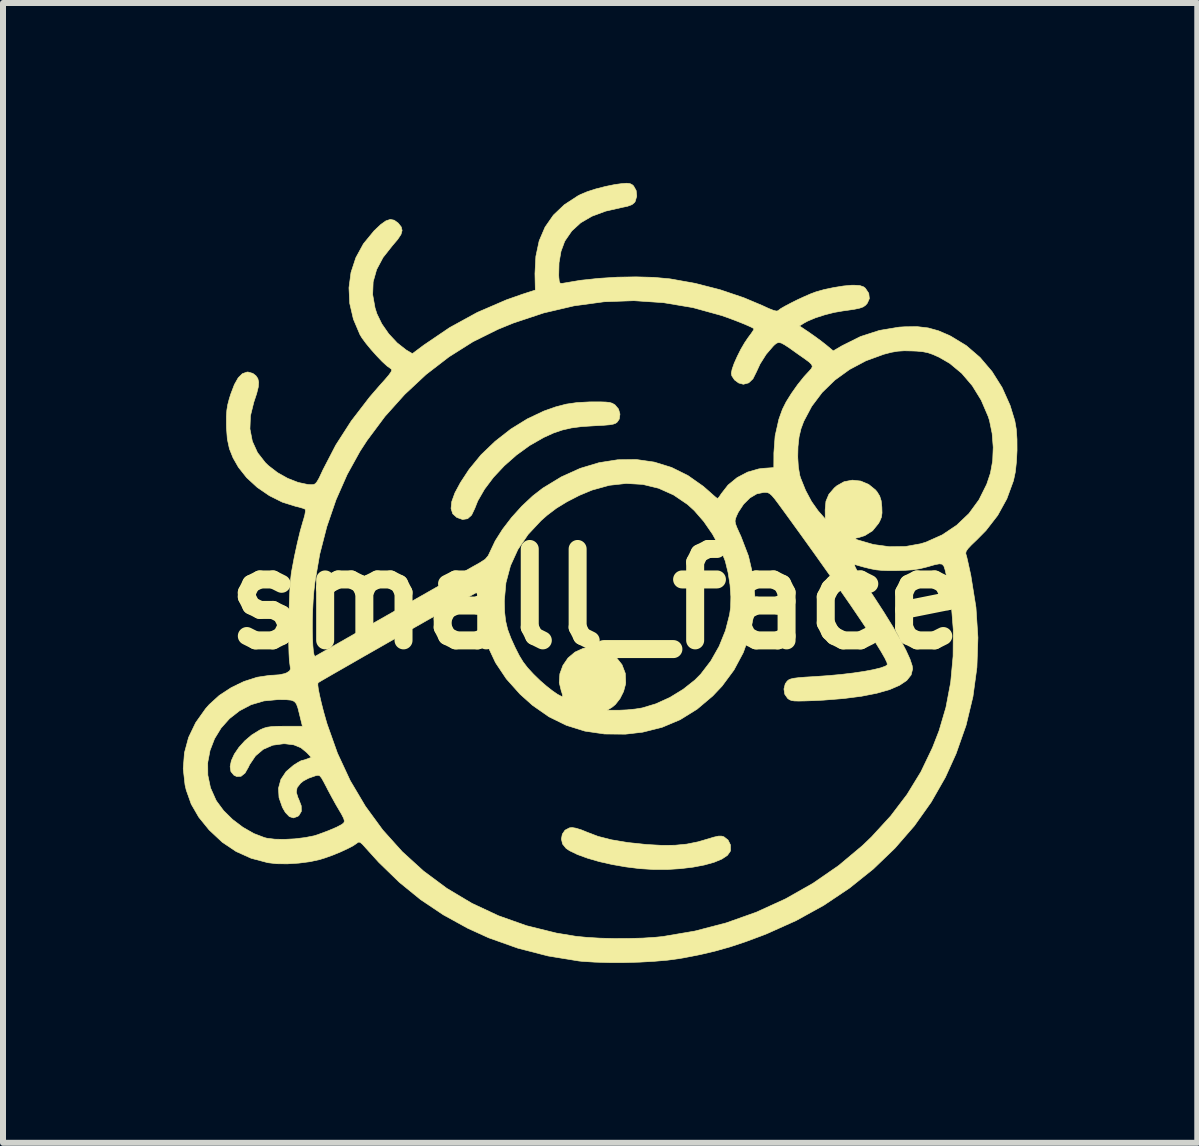
<source format=kicad_pcb>
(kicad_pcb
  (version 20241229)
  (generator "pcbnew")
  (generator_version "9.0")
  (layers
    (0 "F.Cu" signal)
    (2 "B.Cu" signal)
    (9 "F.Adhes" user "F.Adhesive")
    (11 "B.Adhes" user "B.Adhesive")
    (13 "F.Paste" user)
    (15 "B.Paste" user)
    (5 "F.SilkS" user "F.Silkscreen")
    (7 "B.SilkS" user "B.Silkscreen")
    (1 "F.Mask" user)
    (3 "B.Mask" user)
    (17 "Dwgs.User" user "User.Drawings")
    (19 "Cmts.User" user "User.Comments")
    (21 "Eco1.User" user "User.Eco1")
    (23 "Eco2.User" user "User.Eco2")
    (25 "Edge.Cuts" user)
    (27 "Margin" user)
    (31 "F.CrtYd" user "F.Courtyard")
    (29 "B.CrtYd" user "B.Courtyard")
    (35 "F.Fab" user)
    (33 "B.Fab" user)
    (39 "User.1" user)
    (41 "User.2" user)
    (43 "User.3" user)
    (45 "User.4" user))
  (footprint "small_face"
    (layer "F.Cu")
    (at 6.907 6.937)
    (property "Reference" "small_face" (at 0 0 0) (layer "F.SilkS") (effects (font (size 1.524 1.524) (thickness 0.3))))
    (attr through_hole)
    (fp_poly (pts (xy -0.353 3.821) (xy -0.263 3.849) (xy -0.173 3.886) (xy 0.013 3.957) (xy 0.241 4.015) (xy 0.512 4.06) (xy 0.826 4.093) (xy 1.079 4.107) (xy 1.297 4.105) (xy 1.493 4.086) (xy 1.681 4.048) (xy 1.841 4.001) (xy 1.948 3.969) (xy 2.021 3.953) (xy 2.073 3.953) (xy 2.112 3.964) (xy 2.181 4.018) (xy 2.221 4.099) (xy 2.222 4.191) (xy 2.217 4.208) (xy 2.17 4.274) (xy 2.078 4.335) (xy 1.948 4.389) (xy 1.786 4.434) (xy 1.598 4.47) (xy 1.39 4.495) (xy 1.169 4.509) (xy 0.941 4.509) (xy 0.712 4.495) (xy 0.711 4.495) (xy 0.478 4.466) (xy 0.249 4.426) (xy 0.032 4.377) (xy -0.164 4.32) (xy -0.331 4.259) (xy -0.461 4.196) (xy -0.519 4.157) (xy -0.578 4.084) (xy -0.597 4.001) (xy -0.582 3.92) (xy -0.537 3.854) (xy -0.463 3.815) (xy -0.418 3.81) (xy -0.353 3.821)) (stroke (width 0.01) (type solid)) (fill yes) (layer "F.SilkS"))
    (fp_poly (pts (xy 0.142 -3.284) (xy 0.206 -3.277) (xy 0.25 -3.264) (xy 0.286 -3.243) (xy 0.297 -3.236) (xy 0.355 -3.167) (xy 0.379 -3.083) (xy 0.367 -3) (xy 0.335 -2.952) (xy 0.308 -2.931) (xy 0.268 -2.916) (xy 0.206 -2.905) (xy 0.113 -2.897) (xy -0.02 -2.89) (xy -0.053 -2.888) (xy -0.261 -2.875) (xy -0.434 -2.852) (xy -0.585 -2.817) (xy -0.731 -2.767) (xy -0.885 -2.697) (xy -0.899 -2.69) (xy -1.128 -2.559) (xy -1.347 -2.4) (xy -1.55 -2.221) (xy -1.73 -2.029) (xy -1.879 -1.831) (xy -1.992 -1.635) (xy -2.042 -1.509) (xy -2.094 -1.4) (xy -2.161 -1.339) (xy -2.245 -1.326) (xy -2.341 -1.36) (xy -2.409 -1.421) (xy -2.437 -1.509) (xy -2.425 -1.625) (xy -2.373 -1.769) (xy -2.28 -1.942) (xy -2.147 -2.145) (xy -2.133 -2.165) (xy -1.937 -2.404) (xy -1.702 -2.629) (xy -1.441 -2.833) (xy -1.164 -3.004) (xy -0.889 -3.134) (xy -0.694 -3.203) (xy -0.518 -3.249) (xy -0.339 -3.275) (xy -0.136 -3.286) (xy -0.084 -3.287) (xy 0.049 -3.287) (xy 0.142 -3.284)) (stroke (width 0.01) (type solid)) (fill yes) (layer "F.SilkS"))
    (fp_poly (pts (xy 0.546 -6.926) (xy 0.585 -6.906) (xy 0.606 -6.887) (xy 0.649 -6.811) (xy 0.659 -6.718) (xy 0.633 -6.629) (xy 0.623 -6.612) (xy 0.58 -6.576) (xy 0.505 -6.548) (xy 0.413 -6.529) (xy 0.141 -6.467) (xy -0.088 -6.382) (xy -0.275 -6.273) (xy -0.424 -6.137) (xy -0.536 -5.974) (xy -0.545 -5.957) (xy -0.604 -5.797) (xy -0.637 -5.606) (xy -0.642 -5.399) (xy -0.64 -5.363) (xy -0.633 -5.295) (xy -0.618 -5.265) (xy -0.585 -5.262) (xy -0.551 -5.268) (xy -0.277 -5.314) (xy 0.024 -5.346) (xy 0.337 -5.366) (xy 0.648 -5.371) (xy 0.942 -5.363) (xy 1.203 -5.339) (xy 1.219 -5.337) (xy 1.633 -5.263) (xy 2.047 -5.157) (xy 2.444 -5.023) (xy 2.748 -4.895) (xy 2.861 -4.843) (xy 2.938 -4.813) (xy 2.986 -4.801) (xy 3.014 -4.806) (xy 3.023 -4.814) (xy 3.06 -4.842) (xy 3.133 -4.884) (xy 3.23 -4.935) (xy 3.34 -4.99) (xy 3.453 -5.042) (xy 3.556 -5.087) (xy 3.639 -5.118) (xy 3.64 -5.119) (xy 3.781 -5.159) (xy 3.943 -5.193) (xy 4.104 -5.219) (xy 4.245 -5.232) (xy 4.282 -5.232) (xy 4.379 -5.226) (xy 4.442 -5.204) (xy 4.47 -5.182) (xy 4.527 -5.097) (xy 4.537 -5.009) (xy 4.503 -4.932) (xy 4.472 -4.897) (xy 4.433 -4.87) (xy 4.377 -4.85) (xy 4.293 -4.832) (xy 4.174 -4.814) (xy 4.1 -4.804) (xy 3.949 -4.778) (xy 3.789 -4.737) (xy 3.637 -4.688) (xy 3.509 -4.634) (xy 3.448 -4.601) (xy 3.372 -4.553) (xy 3.534 -4.444) (xy 3.635 -4.373) (xy 3.738 -4.297) (xy 3.816 -4.236) (xy 3.935 -4.137) (xy 4.084 -4.224) (xy 4.389 -4.376) (xy 4.704 -4.478) (xy 5.032 -4.533) (xy 5.131 -4.539) (xy 5.338 -4.541) (xy 5.517 -4.52) (xy 5.687 -4.473) (xy 5.869 -4.395) (xy 5.898 -4.38) (xy 6.153 -4.225) (xy 6.382 -4.028) (xy 6.582 -3.793) (xy 6.75 -3.526) (xy 6.883 -3.229) (xy 6.962 -2.972) (xy 6.986 -2.834) (xy 6.998 -2.664) (xy 6.999 -2.476) (xy 6.989 -2.288) (xy 6.97 -2.115) (xy 6.94 -1.974) (xy 6.94 -1.974) (xy 6.829 -1.671) (xy 6.677 -1.395) (xy 6.481 -1.142) (xy 6.329 -0.988) (xy 6.238 -0.901) (xy 6.181 -0.84) (xy 6.151 -0.796) (xy 6.144 -0.764) (xy 6.147 -0.748) (xy 6.16 -0.704) (xy 6.179 -0.622) (xy 6.203 -0.513) (xy 6.23 -0.388) (xy 6.231 -0.38) (xy 6.314 0.138) (xy 6.347 0.644) (xy 6.33 1.14) (xy 6.264 1.627) (xy 6.149 2.106) (xy 5.983 2.578) (xy 5.805 2.971) (xy 5.568 3.386) (xy 5.287 3.782) (xy 4.964 4.154) (xy 4.603 4.501) (xy 4.206 4.819) (xy 3.776 5.107) (xy 3.316 5.361) (xy 2.83 5.579) (xy 2.754 5.609) (xy 2.472 5.714) (xy 2.216 5.799) (xy 1.971 5.868) (xy 1.718 5.928) (xy 1.441 5.982) (xy 1.359 5.996) (xy 1.174 6.021) (xy 0.952 6.04) (xy 0.706 6.054) (xy 0.45 6.061) (xy 0.197 6.061) (xy -0.04 6.054) (xy -0.246 6.041) (xy -0.305 6.035) (xy -0.82 5.951) (xy -1.324 5.821) (xy -1.81 5.648) (xy -2.157 5.49) (xy -2.566 5.265) (xy -2.945 5.011) (xy -3.301 4.721) (xy -3.642 4.39) (xy -3.855 4.155) (xy -3.914 4.089) (xy -3.952 4.057) (xy -3.978 4.052) (xy -4.005 4.069) (xy -4.008 4.072) (xy -4.067 4.112) (xy -4.162 4.162) (xy -4.281 4.217) (xy -4.41 4.27) (xy -4.538 4.316) (xy -4.625 4.343) (xy -4.788 4.379) (xy -4.975 4.403) (xy -5.167 4.415) (xy -5.346 4.413) (xy -5.491 4.396) (xy -5.77 4.322) (xy -6.021 4.209) (xy -6.252 4.054) (xy -6.468 3.852) (xy -6.471 3.849) (xy -6.643 3.637) (xy -6.769 3.419) (xy -6.852 3.185) (xy -6.872 3.1) (xy -6.902 2.829) (xy -6.894 2.727) (xy -6.494 2.727) (xy -6.492 2.937) (xy -6.448 3.147) (xy -6.357 3.351) (xy -6.346 3.37) (xy -6.23 3.527) (xy -6.08 3.675) (xy -5.908 3.805) (xy -5.727 3.909) (xy -5.549 3.977) (xy -5.506 3.988) (xy -5.376 4.004) (xy -5.214 4.007) (xy -5.04 3.998) (xy -4.87 3.977) (xy -4.722 3.948) (xy -4.661 3.929) (xy -4.481 3.862) (xy -4.347 3.805) (xy -4.259 3.759) (xy -4.225 3.731) (xy -4.215 3.702) (xy -4.227 3.657) (xy -4.264 3.585) (xy -4.296 3.531) (xy -4.356 3.429) (xy -4.425 3.304) (xy -4.492 3.179) (xy -4.509 3.145) (xy -4.562 3.044) (xy -4.598 2.981) (xy -4.626 2.948) (xy -4.652 2.938) (xy -4.683 2.943) (xy -4.692 2.945) (xy -4.812 2.987) (xy -4.897 3.032) (xy -4.945 3.07) (xy -5.004 3.145) (xy -5.017 3.222) (xy -4.988 3.315) (xy -4.98 3.329) (xy -4.935 3.447) (xy -4.933 3.54) (xy -4.974 3.609) (xy -4.992 3.623) (xy -5.065 3.649) (xy -5.133 3.627) (xy -5.2 3.557) (xy -5.248 3.474) (xy -5.305 3.312) (xy -5.314 3.155) (xy -5.274 3.008) (xy -5.187 2.877) (xy -5.063 2.771) (xy -4.995 2.728) (xy -4.943 2.699) (xy -4.925 2.692) (xy -4.889 2.684) (xy -4.836 2.666) (xy -4.767 2.64) (xy -4.841 2.561) (xy -4.941 2.479) (xy -5.059 2.431) (xy -5.206 2.413) (xy -5.232 2.413) (xy -5.41 2.437) (xy -5.567 2.505) (xy -5.697 2.615) (xy -5.797 2.763) (xy -5.814 2.801) (xy -5.872 2.902) (xy -5.938 2.955) (xy -6.011 2.959) (xy -6.057 2.937) (xy -6.107 2.877) (xy -6.12 2.794) (xy -6.1 2.695) (xy -6.05 2.586) (xy -5.974 2.474) (xy -5.877 2.366) (xy -5.762 2.268) (xy -5.633 2.188) (xy -5.621 2.181) (xy -5.56 2.154) (xy -5.501 2.137) (xy -5.429 2.127) (xy -5.332 2.122) (xy -5.207 2.121) (xy -4.915 2.121) (xy -4.966 1.913) (xy -4.991 1.814) (xy -5.016 1.747) (xy -5.05 1.707) (xy -5.103 1.686) (xy -5.187 1.678) (xy -5.31 1.677) (xy -5.326 1.677) (xy -5.558 1.699) (xy -5.771 1.762) (xy -5.963 1.863) (xy -6.131 1.994) (xy -6.271 2.151) (xy -6.38 2.329) (xy -6.455 2.523) (xy -6.494 2.727) (xy -6.894 2.727) (xy -6.882 2.564) (xy -6.813 2.308) (xy -6.695 2.062) (xy -6.529 1.828) (xy -6.468 1.759) (xy -6.302 1.608) (xy -6.105 1.479) (xy -6.002 1.429) (xy -4.659 1.429) (xy -4.65 1.501) (xy -4.629 1.606) (xy -4.599 1.735) (xy -4.562 1.88) (xy -4.519 2.032) (xy -4.504 2.083) (xy -4.331 2.57) (xy -4.118 3.028) (xy -3.865 3.455) (xy -3.576 3.85) (xy -3.252 4.211) (xy -2.895 4.536) (xy -2.507 4.824) (xy -2.09 5.073) (xy -1.645 5.281) (xy -1.176 5.447) (xy -0.683 5.569) (xy -0.356 5.623) (xy -0.173 5.641) (xy 0.044 5.654) (xy 0.283 5.66) (xy 0.527 5.659) (xy 0.762 5.653) (xy 0.972 5.639) (xy 1.092 5.627) (xy 1.627 5.536) (xy 2.149 5.4) (xy 2.653 5.221) (xy 3.137 5) (xy 3.596 4.74) (xy 4.026 4.443) (xy 4.423 4.11) (xy 4.574 3.965) (xy 4.892 3.618) (xy 5.165 3.259) (xy 5.396 2.882) (xy 5.59 2.477) (xy 5.699 2.197) (xy 5.814 1.806) (xy 5.893 1.388) (xy 5.933 0.953) (xy 5.936 0.51) (xy 5.901 0.068) (xy 5.827 -0.365) (xy 5.821 -0.394) (xy 5.799 -0.488) (xy 5.779 -0.549) (xy 5.75 -0.581) (xy 5.704 -0.587) (xy 5.63 -0.573) (xy 5.518 -0.541) (xy 5.486 -0.532) (xy 5.376 -0.505) (xy 5.261 -0.487) (xy 5.125 -0.478) (xy 4.978 -0.474) (xy 4.845 -0.474) (xy 4.741 -0.478) (xy 4.649 -0.487) (xy 4.555 -0.505) (xy 4.442 -0.533) (xy 4.301 -0.573) (xy 4.29 -0.568) (xy 4.298 -0.539) (xy 4.327 -0.482) (xy 4.38 -0.395) (xy 4.457 -0.274) (xy 4.56 -0.115) (xy 4.606 -0.047) (xy 4.78 0.221) (xy 4.929 0.462) (xy 5.052 0.674) (xy 5.147 0.854) (xy 5.214 1.001) (xy 5.251 1.112) (xy 5.258 1.166) (xy 5.233 1.266) (xy 5.16 1.358) (xy 5.039 1.439) (xy 4.872 1.511) (xy 4.66 1.571) (xy 4.405 1.621) (xy 4.108 1.659) (xy 3.771 1.686) (xy 3.607 1.694) (xy 3.462 1.699) (xy 3.358 1.701) (xy 3.287 1.699) (xy 3.24 1.692) (xy 3.207 1.679) (xy 3.179 1.66) (xy 3.176 1.658) (xy 3.127 1.588) (xy 3.113 1.5) (xy 3.135 1.413) (xy 3.167 1.369) (xy 3.192 1.348) (xy 3.227 1.333) (xy 3.279 1.321) (xy 3.357 1.311) (xy 3.469 1.302) (xy 3.623 1.293) (xy 3.851 1.277) (xy 4.069 1.257) (xy 4.272 1.233) (xy 4.453 1.206) (xy 4.606 1.177) (xy 4.725 1.148) (xy 4.805 1.119) (xy 4.837 1.095) (xy 4.831 1.06) (xy 4.796 0.986) (xy 4.733 0.876) (xy 4.644 0.732) (xy 4.53 0.555) (xy 4.391 0.347) (xy 4.231 0.111) (xy 4.049 -0.151) (xy 3.848 -0.438) (xy 3.628 -0.748) (xy 3.391 -1.078) (xy 3.139 -1.426) (xy 3.109 -1.467) (xy 3.022 -1.586) (xy 2.959 -1.67) (xy 2.912 -1.725) (xy 2.876 -1.757) (xy 2.844 -1.773) (xy 2.809 -1.778) (xy 2.779 -1.778) (xy 2.661 -1.754) (xy 2.546 -1.686) (xy 2.44 -1.581) (xy 2.351 -1.446) (xy 2.321 -1.382) (xy 2.305 -1.338) (xy 2.298 -1.301) (xy 2.304 -1.258) (xy 2.326 -1.198) (xy 2.365 -1.111) (xy 2.396 -1.044) (xy 2.521 -0.718) (xy 2.598 -0.388) (xy 2.627 -0.058) (xy 2.609 0.269) (xy 2.545 0.587) (xy 2.435 0.893) (xy 2.28 1.183) (xy 2.08 1.453) (xy 1.926 1.616) (xy 1.664 1.837) (xy 1.382 2.012) (xy 1.08 2.139) (xy 0.757 2.22) (xy 0.47 2.253) (xy 0.121 2.25) (xy -0.206 2.202) (xy -0.514 2.106) (xy -0.805 1.963) (xy -1.079 1.772) (xy -1.286 1.587) (xy -1.515 1.331) (xy -1.695 1.062) (xy -1.828 0.779) (xy -1.913 0.479) (xy -1.953 0.16) (xy -1.956 0.043) (xy -1.549 0.043) (xy -1.544 0.218) (xy -1.527 0.367) (xy -1.494 0.506) (xy -1.439 0.653) (xy -1.368 0.809) (xy -1.299 0.945) (xy -1.234 1.051) (xy -1.161 1.146) (xy -1.067 1.248) (xy -1.046 1.269) (xy -0.948 1.364) (xy -0.845 1.453) (xy -0.747 1.53) (xy -0.663 1.588) (xy -0.601 1.621) (xy -0.581 1.626) (xy -0.577 1.605) (xy -0.591 1.555) (xy -0.598 1.538) (xy -0.633 1.393) (xy -0.623 1.247) (xy -0.572 1.107) (xy -0.487 0.983) (xy -0.371 0.885) (xy -0.233 0.822) (xy -0.068 0.796) (xy 0.083 0.817) (xy 0.222 0.888) (xy 0.308 0.962) (xy 0.413 1.095) (xy 0.468 1.239) (xy 0.475 1.396) (xy 0.472 1.42) (xy 0.439 1.542) (xy 0.379 1.661) (xy 0.302 1.759) (xy 0.246 1.805) (xy 0.165 1.854) (xy 0.368 1.854) (xy 0.497 1.848) (xy 0.636 1.834) (xy 0.749 1.816) (xy 0.978 1.747) (xy 1.211 1.641) (xy 1.433 1.505) (xy 1.629 1.35) (xy 1.726 1.252) (xy 1.893 1.034) (xy 2.033 0.787) (xy 2.139 0.524) (xy 2.207 0.259) (xy 2.224 0.137) (xy 2.228 -0.038) (xy 2.214 -0.237) (xy 2.182 -0.44) (xy 2.137 -0.624) (xy 2.132 -0.64) (xy 2.044 -0.86) (xy 1.922 -1.082) (xy 1.777 -1.292) (xy 1.618 -1.475) (xy 1.506 -1.577) (xy 1.273 -1.735) (xy 1.023 -1.847) (xy 0.759 -1.911) (xy 0.484 -1.927) (xy 0.201 -1.896) (xy -0.087 -1.816) (xy -0.296 -1.729) (xy -0.504 -1.622) (xy -0.679 -1.515) (xy -0.836 -1.396) (xy -0.936 -1.308) (xy -1.153 -1.076) (xy -1.323 -0.825) (xy -1.446 -0.556) (xy -1.522 -0.271) (xy -1.549 0.029) (xy -1.549 0.043) (xy -1.956 0.043) (xy -1.956 0.042) (xy -1.957 -0.05) (xy -1.964 -0.101) (xy -1.977 -0.119) (xy -1.996 -0.117) (xy -2.025 -0.102) (xy -2.093 -0.064) (xy -2.195 -0.007) (xy -2.327 0.067) (xy -2.484 0.156) (xy -2.661 0.256) (xy -2.854 0.365) (xy -3.058 0.481) (xy -3.267 0.6) (xy -3.478 0.72) (xy -3.686 0.839) (xy -3.885 0.952) (xy -4.071 1.059) (xy -4.24 1.156) (xy -4.387 1.24) (xy -4.506 1.309) (xy -4.593 1.359) (xy -4.644 1.39) (xy -4.655 1.397) (xy -4.659 1.429) (xy -6.002 1.429) (xy -5.891 1.375) (xy -5.67 1.304) (xy -5.457 1.272) (xy -5.403 1.27) (xy -5.302 1.263) (xy -5.213 1.244) (xy -5.179 1.231) (xy -5.13 1.2) (xy -5.114 1.165) (xy -5.122 1.105) (xy -5.123 1.097) (xy -5.133 1.021) (xy -5.139 0.903) (xy -5.143 0.753) (xy -5.144 0.58) (xy -5.143 0.505) (xy -4.75 0.505) (xy -4.747 0.651) (xy -4.741 0.776) (xy -4.732 0.873) (xy -4.72 0.936) (xy -4.704 0.956) (xy -4.702 0.955) (xy -4.678 0.941) (xy -4.613 0.904) (xy -4.512 0.847) (xy -4.379 0.771) (xy -4.217 0.679) (xy -4.03 0.572) (xy -3.823 0.454) (xy -3.599 0.327) (xy -3.378 0.201) (xy -3.138 0.064) (xy -2.908 -0.066) (xy -2.693 -0.189) (xy -2.496 -0.3) (xy -2.323 -0.399) (xy -2.177 -0.481) (xy -2.063 -0.546) (xy -1.985 -0.589) (xy -1.951 -0.609) (xy -1.869 -0.662) (xy -1.818 -0.722) (xy -1.787 -0.787) (xy -1.701 -0.969) (xy -1.578 -1.163) (xy -1.427 -1.36) (xy -1.257 -1.548) (xy -1.077 -1.717) (xy -0.908 -1.848) (xy -0.599 -2.036) (xy -0.285 -2.178) (xy 0.03 -2.273) (xy 0.343 -2.322) (xy 0.651 -2.326) (xy 0.951 -2.283) (xy 1.239 -2.194) (xy 1.512 -2.059) (xy 1.768 -1.879) (xy 1.865 -1.794) (xy 1.931 -1.735) (xy 1.981 -1.692) (xy 2.006 -1.676) (xy 2.006 -1.676) (xy 2.028 -1.696) (xy 2.061 -1.744) (xy 2.065 -1.751) (xy 2.181 -1.9) (xy 2.332 -2.024) (xy 2.507 -2.116) (xy 2.695 -2.17) (xy 2.769 -2.179) (xy 2.944 -2.191) (xy 2.945 -2.367) (xy 3.343 -2.367) (xy 3.353 -2.202) (xy 3.377 -2.061) (xy 3.39 -2.019) (xy 3.473 -1.813) (xy 3.572 -1.627) (xy 3.678 -1.477) (xy 3.693 -1.459) (xy 3.802 -1.335) (xy 3.8 -1.487) (xy 3.813 -1.629) (xy 3.862 -1.746) (xy 3.952 -1.851) (xy 3.995 -1.888) (xy 4.116 -1.956) (xy 4.253 -1.982) (xy 4.392 -1.967) (xy 4.524 -1.912) (xy 4.638 -1.82) (xy 4.665 -1.788) (xy 4.709 -1.717) (xy 4.734 -1.638) (xy 4.745 -1.534) (xy 4.748 -1.436) (xy 4.738 -1.364) (xy 4.71 -1.297) (xy 4.689 -1.26) (xy 4.59 -1.138) (xy 4.461 -1.057) (xy 4.369 -1.028) (xy 4.312 -1.015) (xy 4.3 -1.005) (xy 4.33 -0.99) (xy 4.343 -0.985) (xy 4.605 -0.909) (xy 4.874 -0.872) (xy 5.14 -0.876) (xy 5.391 -0.921) (xy 5.482 -0.949) (xy 5.753 -1.07) (xy 5.992 -1.23) (xy 6.197 -1.425) (xy 6.365 -1.655) (xy 6.494 -1.914) (xy 6.556 -2.1) (xy 6.593 -2.304) (xy 6.602 -2.53) (xy 6.584 -2.761) (xy 6.54 -2.976) (xy 6.519 -3.042) (xy 6.402 -3.315) (xy 6.253 -3.557) (xy 6.077 -3.763) (xy 5.877 -3.929) (xy 5.701 -4.031) (xy 5.598 -4.077) (xy 5.515 -4.106) (xy 5.431 -4.123) (xy 5.328 -4.133) (xy 5.253 -4.136) (xy 5.119 -4.139) (xy 5.011 -4.132) (xy 4.906 -4.114) (xy 4.779 -4.081) (xy 4.776 -4.08) (xy 4.48 -3.972) (xy 4.207 -3.827) (xy 3.962 -3.65) (xy 3.75 -3.444) (xy 3.576 -3.213) (xy 3.443 -2.962) (xy 3.397 -2.839) (xy 3.365 -2.703) (xy 3.347 -2.54) (xy 3.343 -2.367) (xy 2.945 -2.367) (xy 2.945 -2.435) (xy 2.966 -2.72) (xy 3.029 -2.999) (xy 3.088 -3.163) (xy 3.149 -3.285) (xy 3.237 -3.426) (xy 3.34 -3.572) (xy 3.448 -3.707) (xy 3.479 -3.741) (xy 3.535 -3.801) (xy 3.572 -3.843) (xy 3.586 -3.877) (xy 3.574 -3.91) (xy 3.534 -3.95) (xy 3.46 -4.005) (xy 3.351 -4.081) (xy 3.327 -4.098) (xy 3.211 -4.181) (xy 3.128 -4.236) (xy 3.069 -4.268) (xy 3.027 -4.277) (xy 2.993 -4.267) (xy 2.958 -4.24) (xy 2.93 -4.212) (xy 2.816 -4.079) (xy 2.715 -3.919) (xy 2.653 -3.785) (xy 2.596 -3.671) (xy 2.525 -3.604) (xy 2.439 -3.581) (xy 2.434 -3.581) (xy 2.358 -3.602) (xy 2.289 -3.653) (xy 2.244 -3.721) (xy 2.236 -3.764) (xy 2.249 -3.832) (xy 2.283 -3.929) (xy 2.334 -4.043) (xy 2.393 -4.161) (xy 2.457 -4.271) (xy 2.516 -4.358) (xy 2.568 -4.428) (xy 2.603 -4.481) (xy 2.614 -4.506) (xy 2.613 -4.507) (xy 2.578 -4.528) (xy 2.506 -4.561) (xy 2.408 -4.602) (xy 2.296 -4.646) (xy 2.181 -4.689) (xy 2.076 -4.726) (xy 1.594 -4.859) (xy 1.105 -4.941) (xy 0.612 -4.974) (xy 0.114 -4.956) (xy -0.387 -4.888) (xy -0.891 -4.77) (xy -1.397 -4.602) (xy -1.654 -4.497) (xy -2.07 -4.291) (xy -2.471 -4.038) (xy -2.853 -3.744) (xy -3.21 -3.411) (xy -3.54 -3.043) (xy -3.838 -2.643) (xy -3.955 -2.463) (xy -4.169 -2.076) (xy -4.355 -1.654) (xy -4.508 -1.208) (xy -4.627 -0.746) (xy -4.707 -0.278) (xy -4.724 -0.131) (xy -4.736 0.022) (xy -4.744 0.183) (xy -4.749 0.347) (xy -4.75 0.505) (xy -5.143 0.505) (xy -5.142 0.393) (xy -5.138 0.203) (xy -5.132 0.017) (xy -5.124 -0.154) (xy -5.114 -0.302) (xy -5.102 -0.417) (xy -5.096 -0.457) (xy -5.05 -0.702) (xy -5 -0.932) (xy -4.951 -1.135) (xy -4.904 -1.3) (xy -4.898 -1.317) (xy -4.875 -1.401) (xy -4.864 -1.466) (xy -4.868 -1.497) (xy -4.903 -1.512) (xy -4.971 -1.532) (xy -5.033 -1.547) (xy -5.25 -1.615) (xy -5.466 -1.723) (xy -5.669 -1.862) (xy -5.845 -2.024) (xy -5.982 -2.197) (xy -6.072 -2.355) (xy -6.132 -2.505) (xy -6.167 -2.667) (xy -6.181 -2.855) (xy -6.182 -2.908) (xy -6.182 -3.044) (xy -6.175 -3.149) (xy -6.16 -3.241) (xy -6.134 -3.34) (xy -6.11 -3.416) (xy -6.049 -3.576) (xy -5.985 -3.689) (xy -5.916 -3.757) (xy -5.839 -3.784) (xy -5.823 -3.785) (xy -5.742 -3.762) (xy -5.691 -3.723) (xy -5.658 -3.675) (xy -5.645 -3.615) (xy -5.651 -3.534) (xy -5.678 -3.425) (xy -5.726 -3.28) (xy -5.782 -3.053) (xy -5.79 -2.836) (xy -5.75 -2.63) (xy -5.664 -2.441) (xy -5.532 -2.272) (xy -5.482 -2.224) (xy -5.33 -2.107) (xy -5.161 -2.012) (xy -4.987 -1.944) (xy -4.823 -1.909) (xy -4.763 -1.906) (xy -4.727 -1.909) (xy -4.699 -1.923) (xy -4.671 -1.957) (xy -4.636 -2.018) (xy -4.59 -2.116) (xy -4.573 -2.153) (xy -4.359 -2.566) (xy -4.1 -2.969) (xy -3.794 -3.367) (xy -3.633 -3.553) (xy -3.539 -3.658) (xy -3.476 -3.732) (xy -3.44 -3.782) (xy -3.426 -3.813) (xy -3.43 -3.831) (xy -3.444 -3.842) (xy -3.504 -3.885) (xy -3.585 -3.959) (xy -3.676 -4.054) (xy -3.769 -4.158) (xy -3.854 -4.261) (xy -3.922 -4.353) (xy -3.955 -4.407) (xy -4.065 -4.666) (xy -4.126 -4.928) (xy -4.139 -5.189) (xy -4.105 -5.445) (xy -4.024 -5.691) (xy -3.898 -5.922) (xy -3.725 -6.133) (xy -3.719 -6.14) (xy -3.61 -6.243) (xy -3.523 -6.305) (xy -3.45 -6.329) (xy -3.385 -6.316) (xy -3.32 -6.269) (xy -3.314 -6.262) (xy -3.268 -6.204) (xy -3.253 -6.145) (xy -3.272 -6.078) (xy -3.327 -5.995) (xy -3.414 -5.893) (xy -3.571 -5.694) (xy -3.678 -5.493) (xy -3.736 -5.288) (xy -3.744 -5.075) (xy -3.704 -4.852) (xy -3.673 -4.755) (xy -3.592 -4.588) (xy -3.476 -4.421) (xy -3.336 -4.271) (xy -3.186 -4.153) (xy -3.156 -4.135) (xy -3.081 -4.091) (xy -2.893 -4.232) (xy -2.461 -4.525) (xy -2 -4.778) (xy -1.516 -4.987) (xy -1.246 -5.082) (xy -1.032 -5.151) (xy -1.038 -5.427) (xy -1.023 -5.713) (xy -0.968 -5.971) (xy -0.87 -6.2) (xy -0.731 -6.4) (xy -0.548 -6.574) (xy -0.323 -6.721) (xy -0.277 -6.745) (xy -0.167 -6.791) (xy -0.024 -6.837) (xy 0.136 -6.878) (xy 0.293 -6.91) (xy 0.402 -6.925) (xy 0.491 -6.932) (xy 0.546 -6.926)) (stroke (width 0.01) (type solid)) (fill yes) (layer "F.SilkS")))
  (gr_rect
    (start -3 -3)
    (end 16.911 16.003)
    (stroke (width 0.1) (type default))
    (fill no)
    (layer "Edge.Cuts")))
</source>
